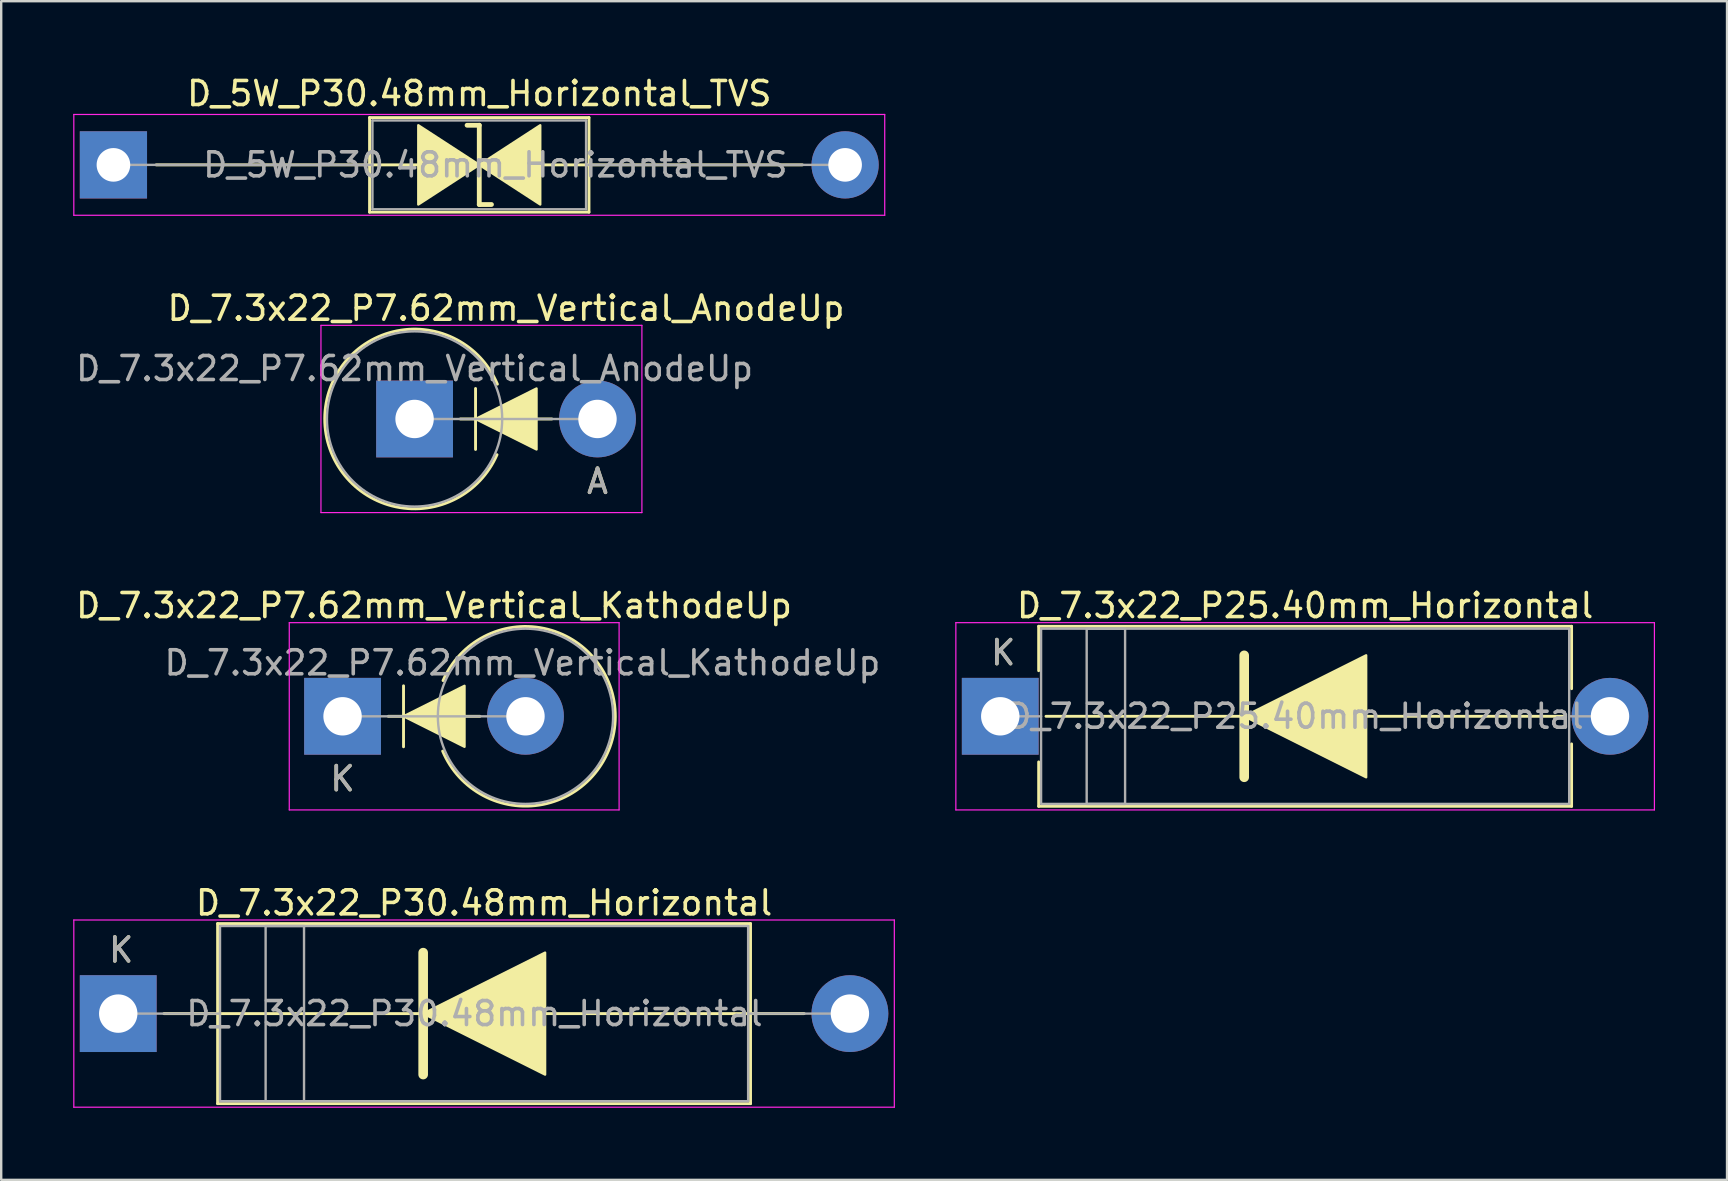
<source format=kicad_pcb>
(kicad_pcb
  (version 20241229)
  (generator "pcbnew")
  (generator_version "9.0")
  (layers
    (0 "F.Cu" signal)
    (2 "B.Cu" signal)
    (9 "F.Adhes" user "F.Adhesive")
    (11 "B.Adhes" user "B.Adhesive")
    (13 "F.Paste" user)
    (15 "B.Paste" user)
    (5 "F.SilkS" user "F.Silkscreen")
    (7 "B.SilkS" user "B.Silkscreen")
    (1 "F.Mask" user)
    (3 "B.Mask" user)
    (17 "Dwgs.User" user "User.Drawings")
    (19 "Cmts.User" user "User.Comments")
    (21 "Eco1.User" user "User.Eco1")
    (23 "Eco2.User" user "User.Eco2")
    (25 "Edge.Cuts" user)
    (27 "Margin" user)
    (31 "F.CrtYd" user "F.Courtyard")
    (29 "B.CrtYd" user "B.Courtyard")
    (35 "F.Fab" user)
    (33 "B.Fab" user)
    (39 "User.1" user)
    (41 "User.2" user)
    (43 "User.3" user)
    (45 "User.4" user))
  (footprint "D_7.3x22_P30.48mm_Horizontal"
    (layer "F.Cu")
    (at 1.875 39.174)
    (property "Reference" "D_7.3x22_P30.48mm_Horizontal" (at 15.24 -4.612 0) (layer "F.SilkS") (effects (font (size 1 1) (thickness 0.15))))
    (attr through_hole)
    (fp_line (start 1.905 0) (end 28.575 0) (stroke (width 0.12) (type solid)) (layer "F.SilkS"))
    (fp_line (start 4.14 -3.75) (end 26.34 -3.75) (stroke (width 0.12) (type default)) (layer "F.SilkS"))
    (fp_line (start 4.14 0) (end 4.14 -3.75) (stroke (width 0.12) (type default)) (layer "F.SilkS"))
    (fp_line (start 4.14 3.75) (end 4.14 0) (stroke (width 0.12) (type default)) (layer "F.SilkS"))
    (fp_line (start 4.14 3.75) (end 26.34 3.75) (stroke (width 0.12) (type default)) (layer "F.SilkS"))
    (fp_line (start 12.703 2.54) (end 12.703 -2.54) (stroke (width 0.4) (type solid)) (layer "F.SilkS"))
    (fp_line (start 26.34 -3.75) (end 26.34 0) (stroke (width 0.12) (type default)) (layer "F.SilkS"))
    (fp_line (start 26.34 0) (end 26.34 3.75) (stroke (width 0.12) (type default)) (layer "F.SilkS"))
    (fp_poly (pts (xy 17.782 2.54) (xy 12.703 0) (xy 17.782 -2.54)) (stroke (width 0.1) (type solid)) (fill yes) (layer "F.SilkS"))
    (fp_line (start -1.85 -3.9) (end -1.85 3.9) (stroke (width 0.05) (type solid)) (layer "F.CrtYd"))
    (fp_line (start -1.85 3.9) (end 32.33 3.9) (stroke (width 0.05) (type solid)) (layer "F.CrtYd"))
    (fp_line (start 32.33 -3.9) (end -1.85 -3.9) (stroke (width 0.05) (type solid)) (layer "F.CrtYd"))
    (fp_line (start 32.33 3.9) (end 32.33 -3.9) (stroke (width 0.05) (type solid)) (layer "F.CrtYd"))
    (fp_line (start 0 0) (end 4.24 0) (stroke (width 0.1) (type solid)) (layer "F.Fab"))
    (fp_line (start 26.24 0) (end 30.48 0) (stroke (width 0.1) (type solid)) (layer "F.Fab"))
    (fp_rect (start 4.24 -3.65) (end 26.24 3.65) (stroke (width 0.1) (type default)) (fill no) (layer "F.Fab"))
    (fp_rect (start 6.14 -3.65) (end 7.74 3.65) (stroke (width 0.1) (type solid)) (fill no) (layer "F.Fab"))
    (fp_text user "K" (at 0.12 -2.65 0) (layer "F.SilkS") (effects (font (size 1 1) (thickness 0.15))))
    (fp_text user "${REFERENCE}" (at 14.84 0 0) (layer "F.Fab") (effects (font (size 1 1) (thickness 0.15))))
    (fp_text user "K" (at 0.12 -2.65 0) (layer "F.Fab") (effects (font (size 1 1) (thickness 0.15))))
    (pad "1" thru_hole rect (at 0 0) (size 3.2 3.2) (drill 1.6) (layers "*.Cu" "*.Mask"))
    (pad "2" thru_hole oval (at 30.48 0) (size 3.2 3.2) (drill 1.6) (layers "*.Cu" "*.Mask")))
  (footprint "D_5W_P30.48mm_Horizontal_TVS"
    (layer "F.Cu")
    (at 1.675 3.818)
    (property "Reference" "D_5W_P30.48mm_Horizontal_TVS" (at 15.24 -2.97 0) (layer "F.SilkS") (effects (font (size 1 1) (thickness 0.15))))
    (attr through_hole)
    (fp_line (start 1.778 0) (end 10.67 0) (stroke (width 0.12) (type solid)) (layer "F.SilkS"))
    (fp_line (start 10.668 0) (end 12.7 0) (stroke (width 0.12) (type solid)) (layer "F.SilkS"))
    (fp_line (start 10.67 -1.97) (end 10.67 1.97) (stroke (width 0.12) (type solid)) (layer "F.SilkS"))
    (fp_line (start 10.67 1.97) (end 19.81 1.97) (stroke (width 0.12) (type solid)) (layer "F.SilkS"))
    (fp_line (start 15.24 -1.651) (end 14.732 -1.651) (stroke (width 0.2) (type solid)) (layer "F.SilkS"))
    (fp_line (start 15.24 1.651) (end 15.24 -1.651) (stroke (width 0.2) (type solid)) (layer "F.SilkS"))
    (fp_line (start 15.748 1.651) (end 15.24 1.651) (stroke (width 0.2) (type solid)) (layer "F.SilkS"))
    (fp_line (start 19.81 -1.97) (end 10.67 -1.97) (stroke (width 0.12) (type solid)) (layer "F.SilkS"))
    (fp_line (start 19.81 0) (end 17.78 0) (stroke (width 0.12) (type solid)) (layer "F.SilkS"))
    (fp_line (start 19.81 1.97) (end 19.81 -1.97) (stroke (width 0.12) (type solid)) (layer "F.SilkS"))
    (fp_line (start 28.702 0) (end 19.81 0) (stroke (width 0.12) (type solid)) (layer "F.SilkS"))
    (fp_poly (pts (xy 15.24 0) (xy 12.7 1.651) (xy 12.7 -1.651)) (stroke (width 0.1) (type solid)) (fill yes) (layer "F.SilkS"))
    (fp_poly (pts (xy 15.24 0) (xy 17.78 -1.651) (xy 17.78 1.651)) (stroke (width 0.1) (type solid)) (fill yes) (layer "F.SilkS"))
    (fp_line (start -1.65 -2.1) (end -1.65 2.1) (stroke (width 0.05) (type solid)) (layer "F.CrtYd"))
    (fp_line (start -1.65 2.1) (end 32.13 2.1) (stroke (width 0.05) (type solid)) (layer "F.CrtYd"))
    (fp_line (start 32.13 -2.1) (end -1.65 -2.1) (stroke (width 0.05) (type solid)) (layer "F.CrtYd"))
    (fp_line (start 32.13 2.1) (end 32.13 -2.1) (stroke (width 0.05) (type solid)) (layer "F.CrtYd"))
    (fp_line (start 0 0) (end 10.79 0) (stroke (width 0.1) (type solid)) (layer "F.Fab"))
    (fp_line (start 10.79 -1.85) (end 10.79 1.85) (stroke (width 0.1) (type solid)) (layer "F.Fab"))
    (fp_line (start 10.79 1.85) (end 19.69 1.85) (stroke (width 0.1) (type solid)) (layer "F.Fab"))
    (fp_line (start 19.69 -1.85) (end 10.79 -1.85) (stroke (width 0.1) (type solid)) (layer "F.Fab"))
    (fp_line (start 19.69 1.85) (end 19.69 -1.85) (stroke (width 0.1) (type solid)) (layer "F.Fab"))
    (fp_line (start 30.48 0) (end 19.69 0) (stroke (width 0.1) (type solid)) (layer "F.Fab"))
    (fp_text user "${REFERENCE}" (at 15.908 0 0) (layer "F.Fab") (effects (font (size 1 1) (thickness 0.15))))
    (pad "1" thru_hole rect (at 0 0) (size 2.8 2.8) (drill 1.4) (layers "*.Cu" "*.Mask"))
    (pad "2" thru_hole oval (at 30.48 0) (size 2.8 2.8) (drill 1.4) (layers "*.Cu" "*.Mask")))
  (footprint "D_7.3x22_P7.62mm_Vertical_AnodeUp"
    (layer "F.Cu")
    (at 14.22 14.403)
    (property "Reference" "D_7.3x22_P7.62mm_Vertical_AnodeUp" (at 3.81 -4.612 0) (layer "F.SilkS") (effects (font (size 1 1) (thickness 0.15))))
    (attr through_hole)
    (fp_line (start 1.905 0) (end 5.72 0) (stroke (width 0.12) (type solid)) (layer "F.SilkS"))
    (fp_line (start 2.54 1.27) (end 2.54 -1.27) (stroke (width 0.12) (type solid)) (layer "F.SilkS"))
    (fp_arc (start 3.433792 1.487976) (mid -3.742268 -0.020643) (end 3.449999 -1.45) (stroke (width 0.12) (type solid)) (layer "F.SilkS"))
    (fp_poly (pts (xy 5.08 1.27) (xy 2.54 0) (xy 5.08 -1.27)) (stroke (width 0.1) (type solid)) (fill yes) (layer "F.SilkS"))
    (fp_line (start -3.9 -3.9) (end -3.9 3.9) (stroke (width 0.05) (type solid)) (layer "F.CrtYd"))
    (fp_line (start -3.9 3.9) (end 9.47 3.9) (stroke (width 0.05) (type solid)) (layer "F.CrtYd"))
    (fp_line (start 9.47 -3.9) (end -3.9 -3.9) (stroke (width 0.05) (type solid)) (layer "F.CrtYd"))
    (fp_line (start 9.47 3.9) (end 9.47 -3.9) (stroke (width 0.05) (type solid)) (layer "F.CrtYd"))
    (fp_line (start 0 0) (end 7.62 0) (stroke (width 0.1) (type solid)) (layer "F.Fab"))
    (fp_circle (center 0 0) (end 3.65 0) (stroke (width 0.1) (type solid)) (fill no) (layer "F.Fab"))
    (fp_text user "A" (at 7.62 2.6 0) (layer "F.SilkS") (effects (font (size 1 1) (thickness 0.15))))
    (fp_text user "${REFERENCE}" (at 0 -2.1 0) (layer "F.Fab") (effects (font (size 1 1) (thickness 0.15))))
    (fp_text user "A" (at 7.62 2.6 0) (layer "F.Fab") (effects (font (size 1 1) (thickness 0.15))))
    (pad "1" thru_hole rect (at 0 0) (size 3.2 3.2) (drill 1.6) (layers "*.Cu" "*.Mask"))
    (pad "2" thru_hole oval (at 7.62 0) (size 3.2 3.2) (drill 1.6) (layers "*.Cu" "*.Mask")))
  (footprint "D_7.3x22_P7.62mm_Vertical_KathodeUp"
    (layer "F.Cu")
    (at 11.22 26.789)
    (property "Reference" "D_7.3x22_P7.62mm_Vertical_KathodeUp" (at 3.81 -4.612 0) (layer "F.SilkS") (effects (font (size 1 1) (thickness 0.15))))
    (attr through_hole)
    (fp_line (start 1.905 0) (end 5.72 0) (stroke (width 0.12) (type solid)) (layer "F.SilkS"))
    (fp_line (start 2.54 1.27) (end 2.54 -1.27) (stroke (width 0.12) (type solid)) (layer "F.SilkS"))
    (fp_arc (start 4.186208 -1.487976) (mid 11.362269 0.020645) (end 4.170001 1.45) (stroke (width 0.12) (type solid)) (layer "F.SilkS"))
    (fp_poly (pts (xy 5.08 1.27) (xy 2.54 0) (xy 5.08 -1.27)) (stroke (width 0.1) (type solid)) (fill yes) (layer "F.SilkS"))
    (fp_line (start -2.22 -3.9) (end -2.22 3.9) (stroke (width 0.05) (type solid)) (layer "F.CrtYd"))
    (fp_line (start -2.22 3.9) (end 11.52 3.9) (stroke (width 0.05) (type solid)) (layer "F.CrtYd"))
    (fp_line (start 11.52 -3.9) (end -2.22 -3.9) (stroke (width 0.05) (type solid)) (layer "F.CrtYd"))
    (fp_line (start 11.52 3.9) (end 11.52 -3.9) (stroke (width 0.05) (type solid)) (layer "F.CrtYd"))
    (fp_line (start 0 0) (end 7.62 0) (stroke (width 0.1) (type solid)) (layer "F.Fab"))
    (fp_circle (center 7.62 0) (end 3.97 0) (stroke (width 0.1) (type solid)) (fill no) (layer "F.Fab"))
    (fp_text user "K" (at 0 2.6 0) (layer "F.SilkS") (effects (font (size 1 1) (thickness 0.15))))
    (fp_text user "${REFERENCE}" (at 7.493 -2.227 0) (layer "F.Fab") (effects (font (size 1 1) (thickness 0.15))))
    (fp_text user "K" (at 0 2.6 0) (layer "F.Fab") (effects (font (size 1 1) (thickness 0.15))))
    (pad "1" thru_hole rect (at 0 0) (size 3.2 3.2) (drill 1.6) (layers "*.Cu" "*.Mask"))
    (pad "2" thru_hole oval (at 7.62 0) (size 3.2 3.2) (drill 1.6) (layers "*.Cu" "*.Mask")))
  (footprint "D_7.3x22_P25.40mm_Horizontal"
    (layer "F.Cu")
    (at 38.618 26.789)
    (property "Reference" "D_7.3x22_P25.40mm_Horizontal" (at 12.7 -4.612 0) (layer "F.SilkS") (effects (font (size 1 1) (thickness 0.15))))
    (attr through_hole)
    (fp_line (start 1.6 -3.75) (end 23.8 -3.75) (stroke (width 0.12) (type default)) (layer "F.SilkS"))
    (fp_line (start 1.6 -1.9) (end 1.6 -3.75) (stroke (width 0.12) (type default)) (layer "F.SilkS"))
    (fp_line (start 1.6 3.75) (end 1.6 1.9) (stroke (width 0.12) (type default)) (layer "F.SilkS"))
    (fp_line (start 1.6 3.75) (end 23.8 3.75) (stroke (width 0.12) (type default)) (layer "F.SilkS"))
    (fp_line (start 1.905 0) (end 23.5 0) (stroke (width 0.12) (type solid)) (layer "F.SilkS"))
    (fp_line (start 10.162 2.54) (end 10.162 -2.54) (stroke (width 0.4) (type solid)) (layer "F.SilkS"))
    (fp_line (start 23.8 -3.75) (end 23.8 -1.15) (stroke (width 0.12) (type default)) (layer "F.SilkS"))
    (fp_line (start 23.8 1.15) (end 23.8 3.75) (stroke (width 0.12) (type default)) (layer "F.SilkS"))
    (fp_poly (pts (xy 15.242 2.54) (xy 10.162 0) (xy 15.242 -2.54)) (stroke (width 0.1) (type solid)) (fill yes) (layer "F.SilkS"))
    (fp_line (start -1.85 -3.9) (end -1.85 3.9) (stroke (width 0.05) (type solid)) (layer "F.CrtYd"))
    (fp_line (start -1.85 3.9) (end 27.25 3.9) (stroke (width 0.05) (type solid)) (layer "F.CrtYd"))
    (fp_line (start 27.25 -3.9) (end -1.85 -3.9) (stroke (width 0.05) (type solid)) (layer "F.CrtYd"))
    (fp_line (start 27.25 3.9) (end 27.25 -3.9) (stroke (width 0.05) (type solid)) (layer "F.CrtYd"))
    (fp_line (start 0 0) (end 1.7 0) (stroke (width 0.1) (type solid)) (layer "F.Fab"))
    (fp_line (start 23.7 0) (end 25.4 0) (stroke (width 0.1) (type solid)) (layer "F.Fab"))
    (fp_rect (start 1.7 -3.65) (end 23.7 3.65) (stroke (width 0.1) (type default)) (fill no) (layer "F.Fab"))
    (fp_rect (start 3.6 -3.65) (end 5.2 3.65) (stroke (width 0.1) (type solid)) (fill no) (layer "F.Fab"))
    (fp_text user "K" (at 0.12 -2.65 0) (layer "F.SilkS") (effects (font (size 1 1) (thickness 0.15))))
    (fp_text user "${REFERENCE}" (at 12.3 0 0) (layer "F.Fab") (effects (font (size 1 1) (thickness 0.15))))
    (fp_text user "K" (at 0.12 -2.65 0) (layer "F.Fab") (effects (font (size 1 1) (thickness 0.15))))
    (pad "1" thru_hole rect (at 0 0) (size 3.2 3.2) (drill 1.6) (layers "*.Cu" "*.Mask"))
    (pad "2" thru_hole oval (at 25.4 0) (size 3.2 3.2) (drill 1.6) (layers "*.Cu" "*.Mask")))
  (gr_rect
    (start -3 -3)
    (end 68.893 46.099)
    (stroke (width 0.1) (type default))
    (fill no)
    (layer "Edge.Cuts")))
</source>
